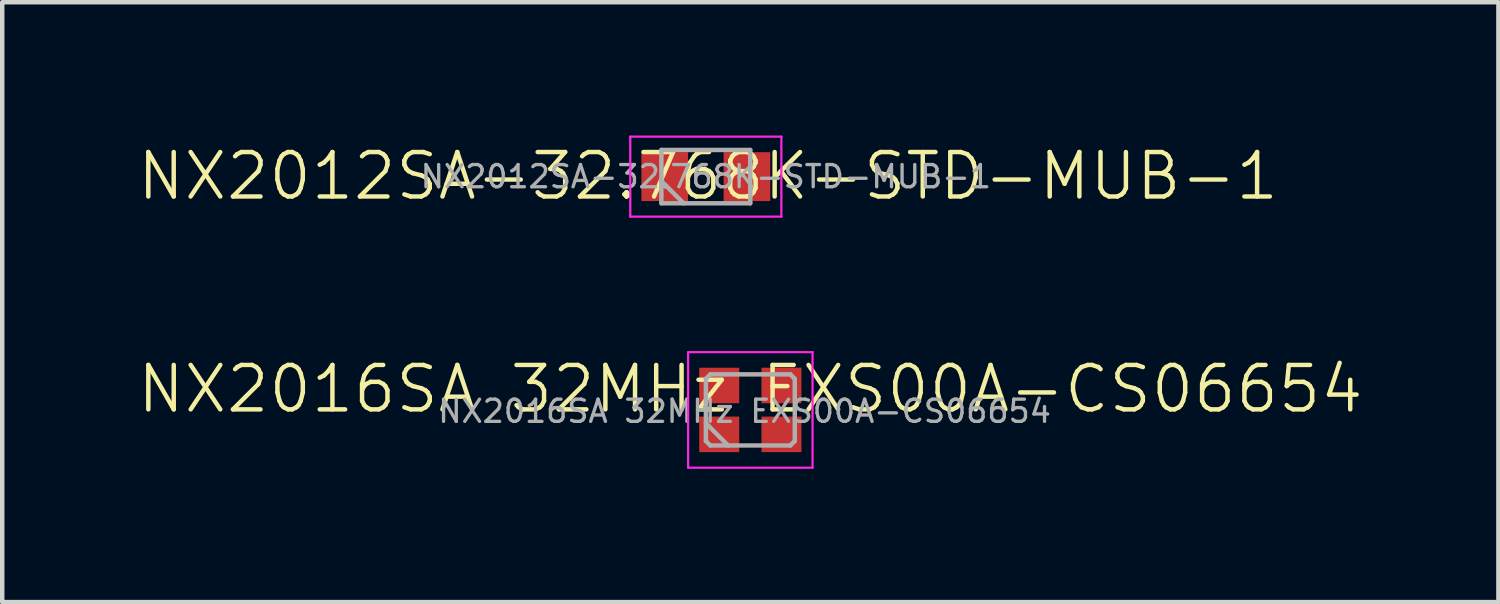
<source format=kicad_pcb>
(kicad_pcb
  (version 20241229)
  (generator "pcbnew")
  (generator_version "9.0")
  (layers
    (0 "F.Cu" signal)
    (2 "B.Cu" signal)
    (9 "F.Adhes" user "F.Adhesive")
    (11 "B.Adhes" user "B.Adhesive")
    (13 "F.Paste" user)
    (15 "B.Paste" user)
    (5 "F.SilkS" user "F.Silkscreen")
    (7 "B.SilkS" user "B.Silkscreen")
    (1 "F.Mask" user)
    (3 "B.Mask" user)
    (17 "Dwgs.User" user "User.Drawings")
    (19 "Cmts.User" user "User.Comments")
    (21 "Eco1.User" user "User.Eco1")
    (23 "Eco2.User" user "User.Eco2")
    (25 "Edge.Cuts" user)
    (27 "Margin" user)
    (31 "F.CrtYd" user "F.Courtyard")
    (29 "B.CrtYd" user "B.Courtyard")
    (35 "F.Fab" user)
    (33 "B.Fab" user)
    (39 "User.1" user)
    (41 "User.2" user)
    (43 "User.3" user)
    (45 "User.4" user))
  (footprint "NX2012SA-32.768K-STD-MUB-1"
    (layer "F.Cu")
    (at 12.834 0.914)
    (property "Reference" "NX2012SA-32.768K-STD-MUB-1" (at 0.049 0 0) (unlocked yes) (layer "F.SilkS") (effects (font (size 1 1) (thickness 0.1))))
    (attr smd)
    (fp_line (start -1.7 -0.889) (end -1.7 0.911) (stroke (width 0.05) (type solid)) (layer "F.CrtYd"))
    (fp_line (start -1.7 0.911) (end 1.7 0.911) (stroke (width 0.05) (type solid)) (layer "F.CrtYd"))
    (fp_line (start 1.7 -0.889) (end -1.7 -0.889) (stroke (width 0.05) (type solid)) (layer "F.CrtYd"))
    (fp_line (start 1.7 0.911) (end 1.7 -0.889) (stroke (width 0.05) (type solid)) (layer "F.CrtYd"))
    (fp_line (start -1 -0.589) (end -1 0.611) (stroke (width 0.1) (type solid)) (layer "F.Fab"))
    (fp_line (start -1 0.111) (end -0.5 0.611) (stroke (width 0.1) (type solid)) (layer "F.Fab"))
    (fp_line (start -1 0.611) (end 1 0.611) (stroke (width 0.1) (type solid)) (layer "F.Fab"))
    (fp_line (start 1 -0.589) (end -1 -0.589) (stroke (width 0.1) (type solid)) (layer "F.Fab"))
    (fp_line (start 1 0.611) (end 1 -0.589) (stroke (width 0.1) (type solid)) (layer "F.Fab"))
    (fp_text user "${REFERENCE}" (at 0 0.011 0) (layer "F.Fab") (effects (font (size 0.5 0.5) (thickness 0.075))))
    (pad "1" smd rect (at -0.925 0.011) (size 1.05 1.1) (layers "F.Cu" "F.Mask" "F.Paste"))
    (pad "2" smd rect (at 0.925 0.011) (size 1.05 1.1) (layers "F.Cu" "F.Mask" "F.Paste")))
  (footprint "NX2016SA 32MHz EXS00A-CS06654"
    (layer "F.Cu")
    (at 13.836 6.205)
    (property "Reference" "NX2016SA 32MHz EXS00A-CS06654" (at 0 -0.5 0) (unlocked yes) (layer "F.SilkS") (effects (font (size 1 1) (thickness 0.1))))
    (attr smd)
    (fp_line (start -1.4 -1.33) (end -1.4 1.27) (stroke (width 0.05) (type solid)) (layer "F.CrtYd"))
    (fp_line (start -1.4 1.27) (end 1.4 1.27) (stroke (width 0.05) (type solid)) (layer "F.CrtYd"))
    (fp_line (start 1.4 -1.33) (end -1.4 -1.33) (stroke (width 0.05) (type solid)) (layer "F.CrtYd"))
    (fp_line (start 1.4 1.27) (end 1.4 -1.33) (stroke (width 0.05) (type solid)) (layer "F.CrtYd"))
    (fp_line (start -1 -0.73) (end -0.9 -0.83) (stroke (width 0.1) (type solid)) (layer "F.Fab"))
    (fp_line (start -1 0.27) (end -0.5 0.77) (stroke (width 0.1) (type solid)) (layer "F.Fab"))
    (fp_line (start -1 0.67) (end -1 -0.73) (stroke (width 0.1) (type solid)) (layer "F.Fab"))
    (fp_line (start -0.9 -0.83) (end 0.9 -0.83) (stroke (width 0.1) (type solid)) (layer "F.Fab"))
    (fp_line (start -0.9 0.77) (end -1 0.67) (stroke (width 0.1) (type solid)) (layer "F.Fab"))
    (fp_line (start 0.9 -0.83) (end 1 -0.73) (stroke (width 0.1) (type solid)) (layer "F.Fab"))
    (fp_line (start 0.9 0.77) (end -0.9 0.77) (stroke (width 0.1) (type solid)) (layer "F.Fab"))
    (fp_line (start 1 -0.73) (end 1 0.67) (stroke (width 0.1) (type solid)) (layer "F.Fab"))
    (fp_line (start 1 0.67) (end 0.9 0.77) (stroke (width 0.1) (type solid)) (layer "F.Fab"))
    (fp_text user "${REFERENCE}" (at -0.13 0 0) (layer "F.Fab") (effects (font (size 0.5 0.5) (thickness 0.075))))
    (pad "1" smd rect (at -0.7 0.52) (size 0.9 0.8) (layers "F.Cu" "F.Mask" "F.Paste"))
    (pad "2" smd rect (at 0.7 0.52) (size 0.9 0.8) (layers "F.Cu" "F.Mask" "F.Paste"))
    (pad "3" smd rect (at 0.7 -0.58) (size 0.9 0.8) (layers "F.Cu" "F.Mask" "F.Paste"))
    (pad "4" smd rect (at -0.7 -0.58) (size 0.9 0.8) (layers "F.Cu" "F.Mask" "F.Paste")))
  (gr_rect
    (start -3 -3)
    (end 30.671 10.5)
    (stroke (width 0.1) (type default))
    (fill no)
    (layer "Edge.Cuts")))
</source>
